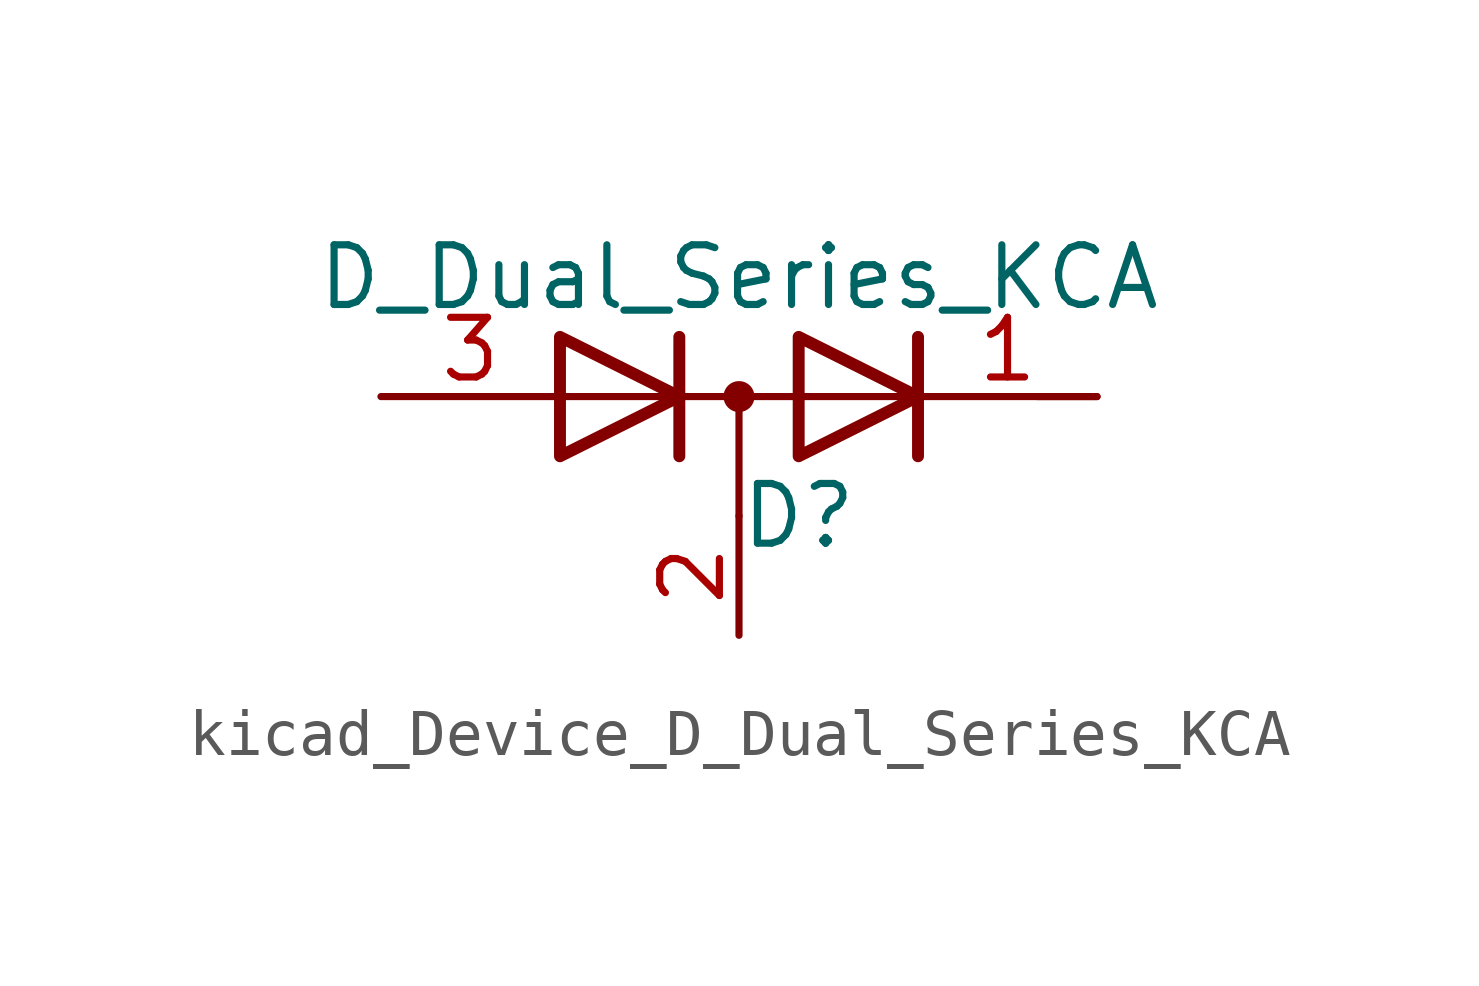
<source format=kicad_sym>
(kicad_symbol_lib
  (version 20220914)
  (generator kicad_symbol_editor)
  (symbol "kicad_Device_D_Dual_Series_KCA"
    (pin_names
      (offset 0.762) hide)
    (property "Reference" "D"
      (at 1.27 -2.54 0)
      (effects (font (size 1.27 1.27))))
    (property "Value" "D_Dual_Series_KCA"
      (at 0 2.54 0)
      (effects (font (size 1.27 1.27))))
    (symbol "kicad_Device_D_Dual_Series_KCA_0_1"
      (polyline (pts (xy 0 0) (xy 0 -2.54)) (stroke (width 0) (type default)) (fill (type none)))
      (polyline (pts (xy 3.81 0) (xy -3.81 0)) (stroke (width 0) (type default)) (fill (type none)))
      (polyline (pts (xy 6.35 0) (xy 7.62 0)) (stroke (width 0) (type default)) (fill (type none)))
      (polyline (pts (xy -1.27 -1.27) (xy -1.27 1.27) (xy -1.27 1.27)) (stroke (width 0.254) (type default)) (fill (type none)))
      (polyline (pts (xy 3.81 1.27) (xy 3.81 -1.27) (xy 3.81 -1.27)) (stroke (width 0.254) (type default)) (fill (type none)))
      (polyline (pts (xy -3.81 1.27) (xy -1.27 0) (xy -3.81 -1.27) (xy -3.81 1.27) (xy -3.81 1.27) (xy -3.81 1.27)) (stroke (width 0.254) (type default)) (fill (type none)))
      (polyline (pts (xy 1.27 1.27) (xy 3.81 0) (xy 1.27 -1.27) (xy 1.27 1.27) (xy 1.27 1.27) (xy 1.27 1.27)) (stroke (width 0.254) (type default)) (fill (type none)))
      (circle (center 0 0) (radius 0.254) (stroke (width 0) (type default)) (fill (type outline)))
      (pin passive line (at 7.62 0 180) (length 3.81) (name "K" (effects (font (size 1.27 1.27)))) (number "1" (effects (font (size 1.27 1.27)))))
      (pin passive line (at 0 -5.08 90) (length 2.54) (name "common" (effects (font (size 1.27 1.27)))) (number "2" (effects (font (size 1.27 1.27)))))
      (pin passive line (at -7.62 0 0) (length 3.81) (name "A" (effects (font (size 1.27 1.27)))) (number "3" (effects (font (size 1.27 1.27))))))))
</source>
